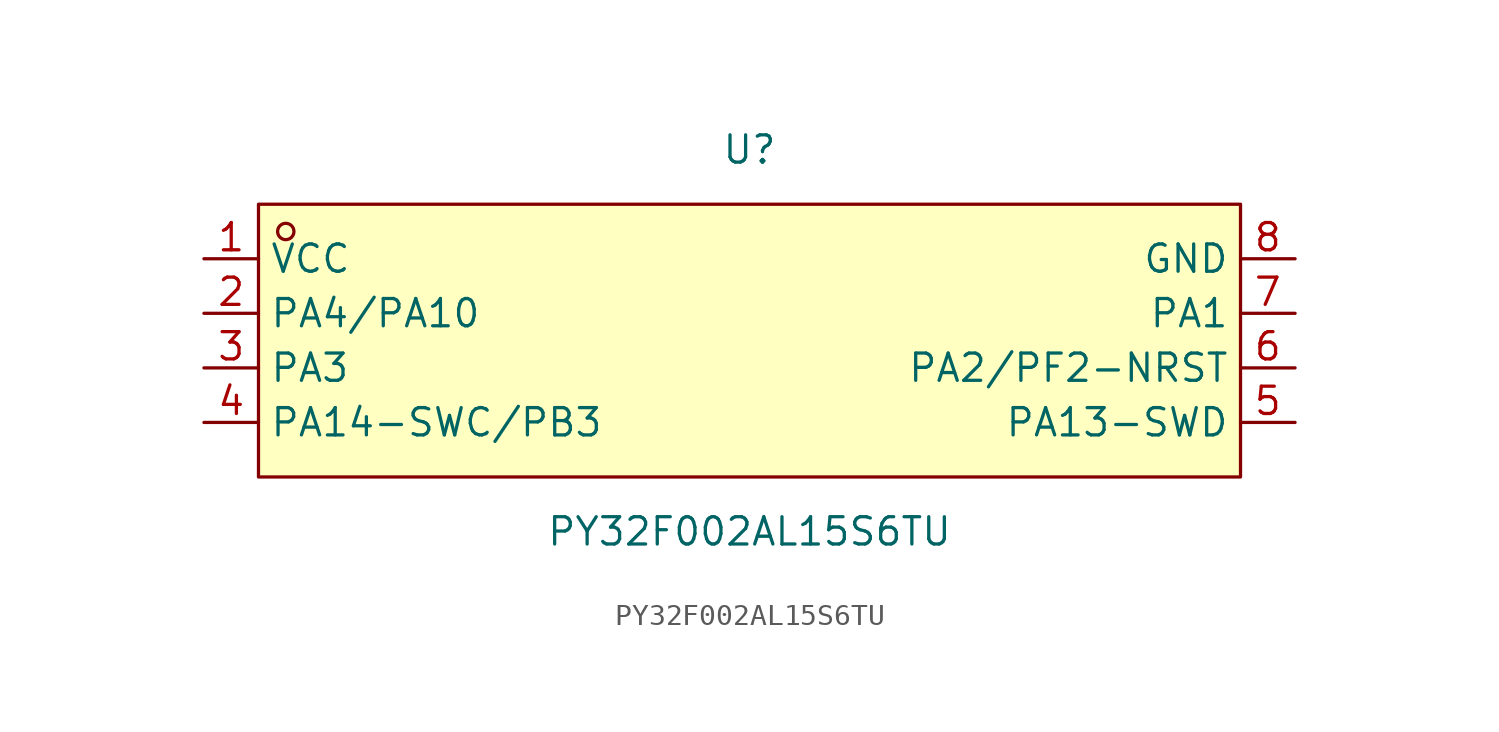
<source format=kicad_sym>
(kicad_symbol_lib
  (version 20231120)
  (generator "kicad_symbol_editor")
  (generator_version "8.0")
  (symbol "PY32F002AL15S6TU"
    (property "Reference" "U"
      (at 0 8.89 0)
      (effects (font (size 1.27 1.27))))
    (property "Value" "PY32F002AL15S6TU"
      (at 0 -8.89 0)
      (effects (font (size 1.27 1.27))))
    (symbol "PY32F002AL15S6TU_0_1"
      (rectangle (start -22.86 6.35) (end 22.86 -6.35) (stroke (width 0) (type default)) (fill (type background)))
      (circle (center -21.59 5.08) (radius 0.38) (stroke (width 0) (type default)) (fill (type none)))
      (pin unspecified line (at -25.4 3.81 0) (length 2.54) (name "VCC" (effects (font (size 1.27 1.27)))) (number "1" (effects (font (size 1.27 1.27)))))
      (pin unspecified line (at -25.4 1.27 0) (length 2.54) (name "PA4/PA10" (effects (font (size 1.27 1.27)))) (number "2" (effects (font (size 1.27 1.27)))))
      (pin unspecified line (at -25.4 -1.27 0) (length 2.54) (name "PA3" (effects (font (size 1.27 1.27)))) (number "3" (effects (font (size 1.27 1.27)))))
      (pin unspecified line (at -25.4 -3.81 0) (length 2.54) (name "PA14-SWC/PB3" (effects (font (size 1.27 1.27)))) (number "4" (effects (font (size 1.27 1.27)))))
      (pin unspecified line (at 25.4 -3.81 180) (length 2.54) (name "PA13-SWD" (effects (font (size 1.27 1.27)))) (number "5" (effects (font (size 1.27 1.27)))))
      (pin unspecified line (at 25.4 -1.27 180) (length 2.54) (name "PA2/PF2-NRST" (effects (font (size 1.27 1.27)))) (number "6" (effects (font (size 1.27 1.27)))))
      (pin unspecified line (at 25.4 1.27 180) (length 2.54) (name "PA1" (effects (font (size 1.27 1.27)))) (number "7" (effects (font (size 1.27 1.27)))))
      (pin unspecified line (at 25.4 3.81 180) (length 2.54) (name "GND" (effects (font (size 1.27 1.27)))) (number "8" (effects (font (size 1.27 1.27))))))))
</source>
